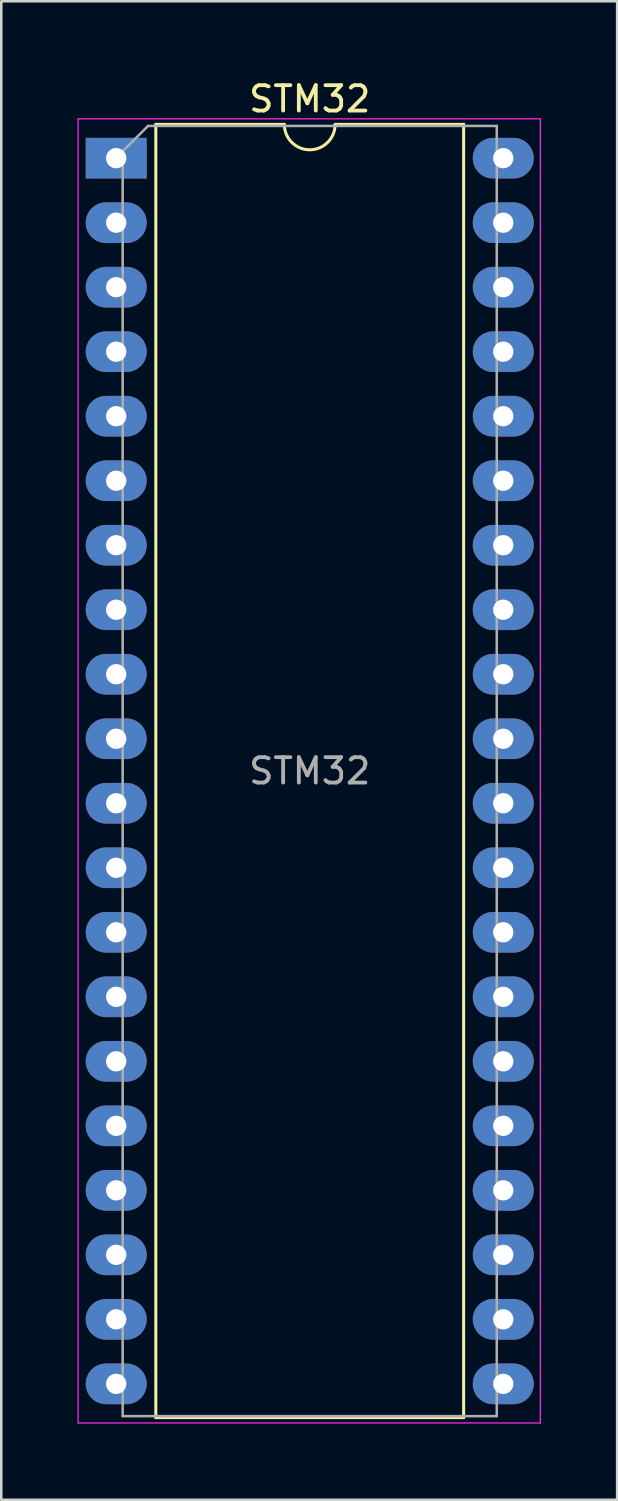
<source format=kicad_pcb>
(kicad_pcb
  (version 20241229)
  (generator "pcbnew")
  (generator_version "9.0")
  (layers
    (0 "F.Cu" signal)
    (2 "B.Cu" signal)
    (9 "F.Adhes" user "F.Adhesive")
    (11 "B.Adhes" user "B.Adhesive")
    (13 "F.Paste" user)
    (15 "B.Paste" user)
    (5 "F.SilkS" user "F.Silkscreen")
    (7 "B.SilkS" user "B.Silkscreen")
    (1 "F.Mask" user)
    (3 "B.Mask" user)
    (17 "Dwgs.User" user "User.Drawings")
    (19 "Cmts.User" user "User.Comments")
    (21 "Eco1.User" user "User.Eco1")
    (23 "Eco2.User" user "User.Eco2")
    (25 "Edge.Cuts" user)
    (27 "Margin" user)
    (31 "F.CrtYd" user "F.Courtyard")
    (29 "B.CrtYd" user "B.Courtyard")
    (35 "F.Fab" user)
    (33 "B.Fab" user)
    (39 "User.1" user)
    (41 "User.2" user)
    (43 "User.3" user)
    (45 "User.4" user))
  (footprint "STM32"
    (layer "F.Cu")
    (at 1.525 3.178)
    (property "Reference" "STM32" (at 7.62 -2.33 0) (layer "F.SilkS") (effects (font (size 1 1) (thickness 0.15))))
    (attr through_hole)
    (fp_line (start 1.56 -1.33) (end 1.56 49.59) (stroke (width 0.12) (type solid)) (layer "F.SilkS"))
    (fp_line (start 1.56 49.59) (end 13.68 49.59) (stroke (width 0.12) (type solid)) (layer "F.SilkS"))
    (fp_line (start 6.62 -1.33) (end 1.56 -1.33) (stroke (width 0.12) (type solid)) (layer "F.SilkS"))
    (fp_line (start 13.68 -1.33) (end 8.62 -1.33) (stroke (width 0.12) (type solid)) (layer "F.SilkS"))
    (fp_line (start 13.68 49.59) (end 13.68 -1.33) (stroke (width 0.12) (type solid)) (layer "F.SilkS"))
    (fp_arc (start 8.62 -1.33) (mid 7.62 -0.33) (end 6.62 -1.33) (stroke (width 0.12) (type solid)) (layer "F.SilkS"))
    (fp_line (start -1.5 -1.55) (end -1.5 49.8) (stroke (width 0.05) (type solid)) (layer "F.CrtYd"))
    (fp_line (start -1.5 49.8) (end 16.7 49.8) (stroke (width 0.05) (type solid)) (layer "F.CrtYd"))
    (fp_line (start 16.7 -1.55) (end -1.5 -1.55) (stroke (width 0.05) (type solid)) (layer "F.CrtYd"))
    (fp_line (start 16.7 49.8) (end 16.7 -1.55) (stroke (width 0.05) (type solid)) (layer "F.CrtYd"))
    (fp_line (start 0.255 -0.27) (end 1.255 -1.27) (stroke (width 0.1) (type solid)) (layer "F.Fab"))
    (fp_line (start 0.255 49.53) (end 0.255 -0.27) (stroke (width 0.1) (type solid)) (layer "F.Fab"))
    (fp_line (start 1.255 -1.27) (end 14.985 -1.27) (stroke (width 0.1) (type solid)) (layer "F.Fab"))
    (fp_line (start 14.985 -1.27) (end 14.985 49.53) (stroke (width 0.1) (type solid)) (layer "F.Fab"))
    (fp_line (start 14.985 49.53) (end 0.255 49.53) (stroke (width 0.1) (type solid)) (layer "F.Fab"))
    (fp_text user "${REFERENCE}" (at 7.62 24.13 0) (layer "F.Fab") (effects (font (size 1 1) (thickness 0.15))))
    (pad "1" thru_hole rect (at 0 0) (size 2.4 1.6) (drill 0.8) (layers "*.Cu" "*.Mask"))
    (pad "2" thru_hole oval (at 0 2.54) (size 2.4 1.6) (drill 0.8) (layers "*.Cu" "*.Mask"))
    (pad "3" thru_hole oval (at 0 5.08) (size 2.4 1.6) (drill 0.8) (layers "*.Cu" "*.Mask"))
    (pad "3V3" thru_hole oval (at 0 43.18) (size 2.4 1.6) (drill 0.8) (layers "*.Cu" "*.Mask"))
    (pad "3V3" thru_hole oval (at 15.24 0) (size 2.4 1.6) (drill 0.8) (layers "*.Cu" "*.Mask"))
    (pad "4" thru_hole oval (at 0 7.62) (size 2.4 1.6) (drill 0.8) (layers "*.Cu" "*.Mask"))
    (pad "5V" thru_hole oval (at 15.24 5.08) (size 2.4 1.6) (drill 0.8) (layers "*.Cu" "*.Mask"))
    (pad "7" thru_hole oval (at 0 40.64) (size 2.4 1.6) (drill 0.8) (layers "*.Cu" "*.Mask"))
    (pad "10" thru_hole oval (at 0 10.16) (size 2.4 1.6) (drill 0.8) (layers "*.Cu" "*.Mask"))
    (pad "11" thru_hole oval (at 0 12.7) (size 2.4 1.6) (drill 0.8) (layers "*.Cu" "*.Mask"))
    (pad "12" thru_hole oval (at 0 15.24) (size 2.4 1.6) (drill 0.8) (layers "*.Cu" "*.Mask"))
    (pad "13" thru_hole oval (at 0 17.78) (size 2.4 1.6) (drill 0.8) (layers "*.Cu" "*.Mask"))
    (pad "14" thru_hole oval (at 0 20.32) (size 2.4 1.6) (drill 0.8) (layers "*.Cu" "*.Mask"))
    (pad "15" thru_hole oval (at 0 22.86) (size 2.4 1.6) (drill 0.8) (layers "*.Cu" "*.Mask"))
    (pad "16" thru_hole oval (at 0 25.4) (size 2.4 1.6) (drill 0.8) (layers "*.Cu" "*.Mask"))
    (pad "17" thru_hole oval (at 0 27.94) (size 2.4 1.6) (drill 0.8) (layers "*.Cu" "*.Mask"))
    (pad "18" thru_hole oval (at 0 30.48) (size 2.4 1.6) (drill 0.8) (layers "*.Cu" "*.Mask"))
    (pad "19" thru_hole oval (at 0 33.02) (size 2.4 1.6) (drill 0.8) (layers "*.Cu" "*.Mask"))
    (pad "21" thru_hole oval (at 0 35.56) (size 2.4 1.6) (drill 0.8) (layers "*.Cu" "*.Mask"))
    (pad "22" thru_hole oval (at 0 38.1) (size 2.4 1.6) (drill 0.8) (layers "*.Cu" "*.Mask"))
    (pad "25" thru_hole oval (at 15.24 48.26) (size 2.4 1.6) (drill 0.8) (layers "*.Cu" "*.Mask"))
    (pad "26" thru_hole oval (at 15.24 45.72) (size 2.4 1.6) (drill 0.8) (layers "*.Cu" "*.Mask"))
    (pad "27" thru_hole oval (at 15.24 43.18) (size 2.4 1.6) (drill 0.8) (layers "*.Cu" "*.Mask"))
    (pad "28" thru_hole oval (at 15.24 40.64) (size 2.4 1.6) (drill 0.8) (layers "*.Cu" "*.Mask"))
    (pad "29" thru_hole oval (at 15.24 38.1) (size 2.4 1.6) (drill 0.8) (layers "*.Cu" "*.Mask"))
    (pad "30" thru_hole oval (at 15.24 35.56) (size 2.4 1.6) (drill 0.8) (layers "*.Cu" "*.Mask"))
    (pad "31" thru_hole oval (at 15.24 33.02) (size 2.4 1.6) (drill 0.8) (layers "*.Cu" "*.Mask"))
    (pad "32" thru_hole oval (at 15.24 30.48) (size 2.4 1.6) (drill 0.8) (layers "*.Cu" "*.Mask"))
    (pad "33" thru_hole oval (at 15.24 27.94) (size 2.4 1.6) (drill 0.8) (layers "*.Cu" "*.Mask"))
    (pad "38" thru_hole oval (at 15.24 25.4) (size 2.4 1.6) (drill 0.8) (layers "*.Cu" "*.Mask"))
    (pad "39" thru_hole oval (at 15.24 22.86) (size 2.4 1.6) (drill 0.8) (layers "*.Cu" "*.Mask"))
    (pad "40" thru_hole oval (at 15.24 20.32) (size 2.4 1.6) (drill 0.8) (layers "*.Cu" "*.Mask"))
    (pad "41" thru_hole oval (at 15.24 17.78) (size 2.4 1.6) (drill 0.8) (layers "*.Cu" "*.Mask"))
    (pad "42" thru_hole oval (at 15.24 15.24) (size 2.4 1.6) (drill 0.8) (layers "*.Cu" "*.Mask"))
    (pad "43" thru_hole oval (at 15.24 12.7) (size 2.4 1.6) (drill 0.8) (layers "*.Cu" "*.Mask"))
    (pad "45" thru_hole oval (at 15.24 10.16) (size 2.4 1.6) (drill 0.8) (layers "*.Cu" "*.Mask"))
    (pad "46" thru_hole oval (at 15.24 7.62) (size 2.4 1.6) (drill 0.8) (layers "*.Cu" "*.Mask"))
    (pad "GND" thru_hole oval (at 0 45.72) (size 2.4 1.6) (drill 0.8) (layers "*.Cu" "*.Mask"))
    (pad "GND" thru_hole oval (at 0 48.26) (size 2.4 1.6) (drill 0.8) (layers "*.Cu" "*.Mask"))
    (pad "GND" thru_hole oval (at 15.24 2.54) (size 2.4 1.6) (drill 0.8) (layers "*.Cu" "*.Mask")))
  (gr_rect
    (start -3 -3)
    (end 21.25 56.003)
    (stroke (width 0.1) (type default))
    (fill no)
    (layer "Edge.Cuts")))
</source>
